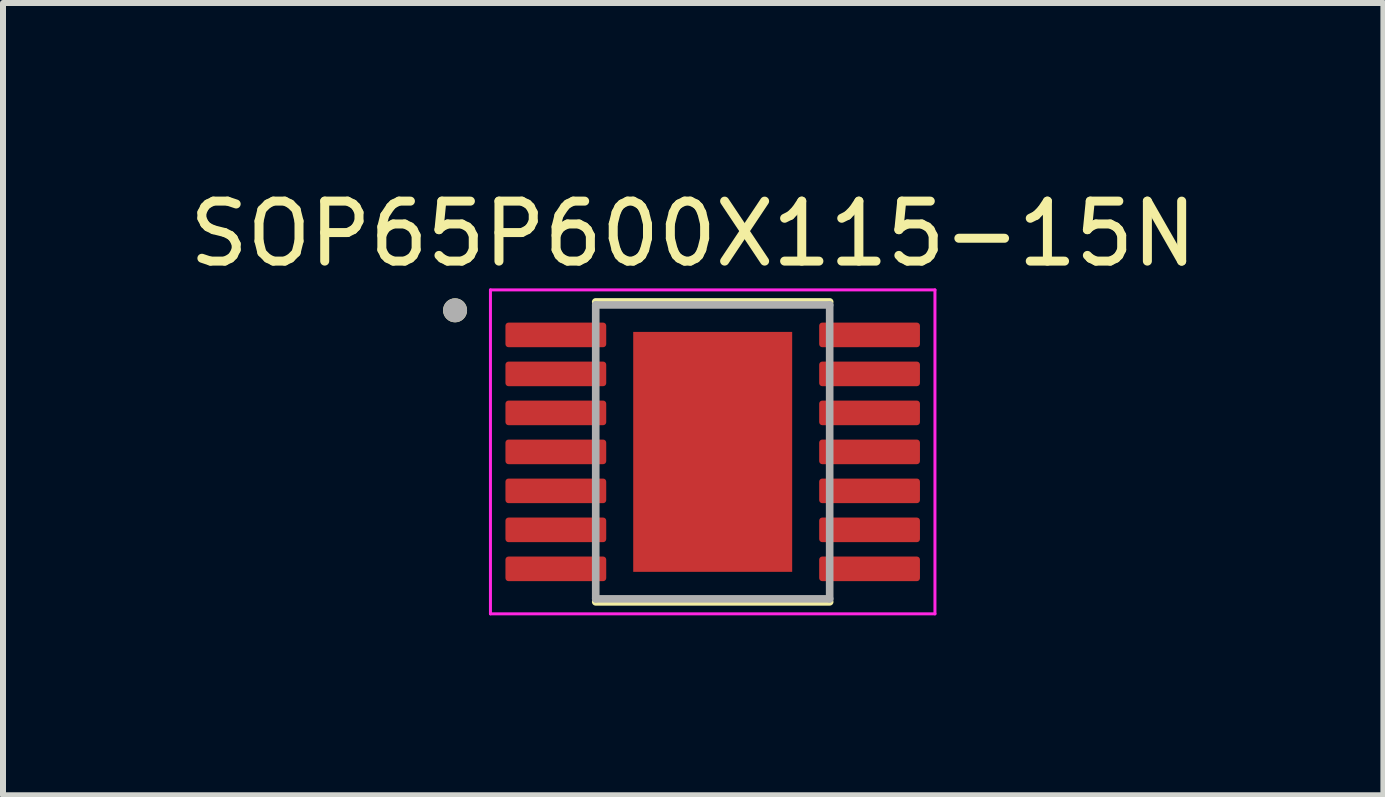
<source format=kicad_pcb>
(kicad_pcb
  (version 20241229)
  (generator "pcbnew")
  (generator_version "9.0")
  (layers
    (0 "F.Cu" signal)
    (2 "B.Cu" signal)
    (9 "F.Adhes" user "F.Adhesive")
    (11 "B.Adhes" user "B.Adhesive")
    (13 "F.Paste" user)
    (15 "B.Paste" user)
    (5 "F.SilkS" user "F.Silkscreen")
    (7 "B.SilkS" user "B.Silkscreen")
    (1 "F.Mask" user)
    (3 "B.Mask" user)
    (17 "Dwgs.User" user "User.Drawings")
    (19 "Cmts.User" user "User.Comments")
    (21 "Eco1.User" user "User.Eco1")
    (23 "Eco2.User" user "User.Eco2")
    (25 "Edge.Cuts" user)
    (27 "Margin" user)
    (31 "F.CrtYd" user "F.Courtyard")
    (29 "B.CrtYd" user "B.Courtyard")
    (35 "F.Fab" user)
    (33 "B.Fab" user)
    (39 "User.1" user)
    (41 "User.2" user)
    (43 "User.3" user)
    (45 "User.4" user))
  (footprint "SOP65P600X115-15N"
    (layer "F.Cu")
    (at 8.831 4.483)
    (property "Reference" "SOP65P600X115-15N" (at -0.325 -3.635 0) (layer "F.SilkS") (effects (font (size 1 1) (thickness 0.15))))
    (attr smd)
    (fp_line (start -1.95 -2.5) (end 1.95 -2.5) (stroke (width 0.127) (type solid)) (layer "F.SilkS"))
    (fp_line (start -1.95 2.5) (end 1.95 2.5) (stroke (width 0.127) (type solid)) (layer "F.SilkS"))
    (fp_circle (center -4.295 -2.36) (end -4.195 -2.36) (stroke (width 0.2) (type solid)) (fill no) (layer "F.SilkS"))
    (fp_poly (pts (xy -0.838 -1.265) (xy 0.838 -1.265) (xy 0.838 1.265) (xy -0.838 1.265)) (stroke (width 0.01) (type solid)) (fill yes) (layer "F.Paste"))
    (fp_line (start -3.705 -2.7) (end -3.705 2.7) (stroke (width 0.05) (type solid)) (layer "F.CrtYd"))
    (fp_line (start -3.705 -2.7) (end 3.705 -2.7) (stroke (width 0.05) (type solid)) (layer "F.CrtYd"))
    (fp_line (start -3.705 2.7) (end 3.705 2.7) (stroke (width 0.05) (type solid)) (layer "F.CrtYd"))
    (fp_line (start 3.705 -2.7) (end 3.705 2.7) (stroke (width 0.05) (type solid)) (layer "F.CrtYd"))
    (fp_line (start -1.95 -2.45) (end -1.95 2.45) (stroke (width 0.127) (type solid)) (layer "F.Fab"))
    (fp_line (start -1.95 -2.45) (end 1.95 -2.45) (stroke (width 0.127) (type solid)) (layer "F.Fab"))
    (fp_line (start -1.95 2.45) (end 1.95 2.45) (stroke (width 0.127) (type solid)) (layer "F.Fab"))
    (fp_line (start 1.95 -2.45) (end 1.95 2.45) (stroke (width 0.127) (type solid)) (layer "F.Fab"))
    (fp_circle (center -4.295 -2.36) (end -4.195 -2.36) (stroke (width 0.2) (type solid)) (fill no) (layer "F.Fab"))
    (pad "1" smd roundrect (at -2.615 -1.95) (size 1.68 0.41) (layers "F.Cu" "F.Mask" "F.Paste") (roundrect_rratio 0.125))
    (pad "2" smd roundrect (at -2.615 -1.3) (size 1.68 0.41) (layers "F.Cu" "F.Mask" "F.Paste") (roundrect_rratio 0.125))
    (pad "3" smd roundrect (at -2.615 -0.65) (size 1.68 0.41) (layers "F.Cu" "F.Mask" "F.Paste") (roundrect_rratio 0.125))
    (pad "4" smd roundrect (at -2.615 0) (size 1.68 0.41) (layers "F.Cu" "F.Mask" "F.Paste") (roundrect_rratio 0.125))
    (pad "5" smd roundrect (at -2.615 0.65) (size 1.68 0.41) (layers "F.Cu" "F.Mask" "F.Paste") (roundrect_rratio 0.125))
    (pad "6" smd roundrect (at -2.615 1.3) (size 1.68 0.41) (layers "F.Cu" "F.Mask" "F.Paste") (roundrect_rratio 0.125))
    (pad "7" smd roundrect (at -2.615 1.95) (size 1.68 0.41) (layers "F.Cu" "F.Mask" "F.Paste") (roundrect_rratio 0.125))
    (pad "8" smd roundrect (at 2.615 1.95) (size 1.68 0.41) (layers "F.Cu" "F.Mask" "F.Paste") (roundrect_rratio 0.125))
    (pad "9" smd roundrect (at 2.615 1.3) (size 1.68 0.41) (layers "F.Cu" "F.Mask" "F.Paste") (roundrect_rratio 0.125))
    (pad "10" smd roundrect (at 2.615 0.65) (size 1.68 0.41) (layers "F.Cu" "F.Mask" "F.Paste") (roundrect_rratio 0.125))
    (pad "11" smd roundrect (at 2.615 0) (size 1.68 0.41) (layers "F.Cu" "F.Mask" "F.Paste") (roundrect_rratio 0.125))
    (pad "12" smd roundrect (at 2.615 -0.65) (size 1.68 0.41) (layers "F.Cu" "F.Mask" "F.Paste") (roundrect_rratio 0.125))
    (pad "13" smd roundrect (at 2.615 -1.3) (size 1.68 0.41) (layers "F.Cu" "F.Mask" "F.Paste") (roundrect_rratio 0.125))
    (pad "14" smd roundrect (at 2.615 -1.95) (size 1.68 0.41) (layers "F.Cu" "F.Mask" "F.Paste") (roundrect_rratio 0.125))
    (pad "15" smd rect (at 0 0) (size 2.65 4) (layers "F.Cu" "F.Mask")))
  (gr_rect
    (start -3 -3)
    (end 20.012 10.208)
    (stroke (width 0.1) (type default))
    (fill no)
    (layer "Edge.Cuts")))
</source>
